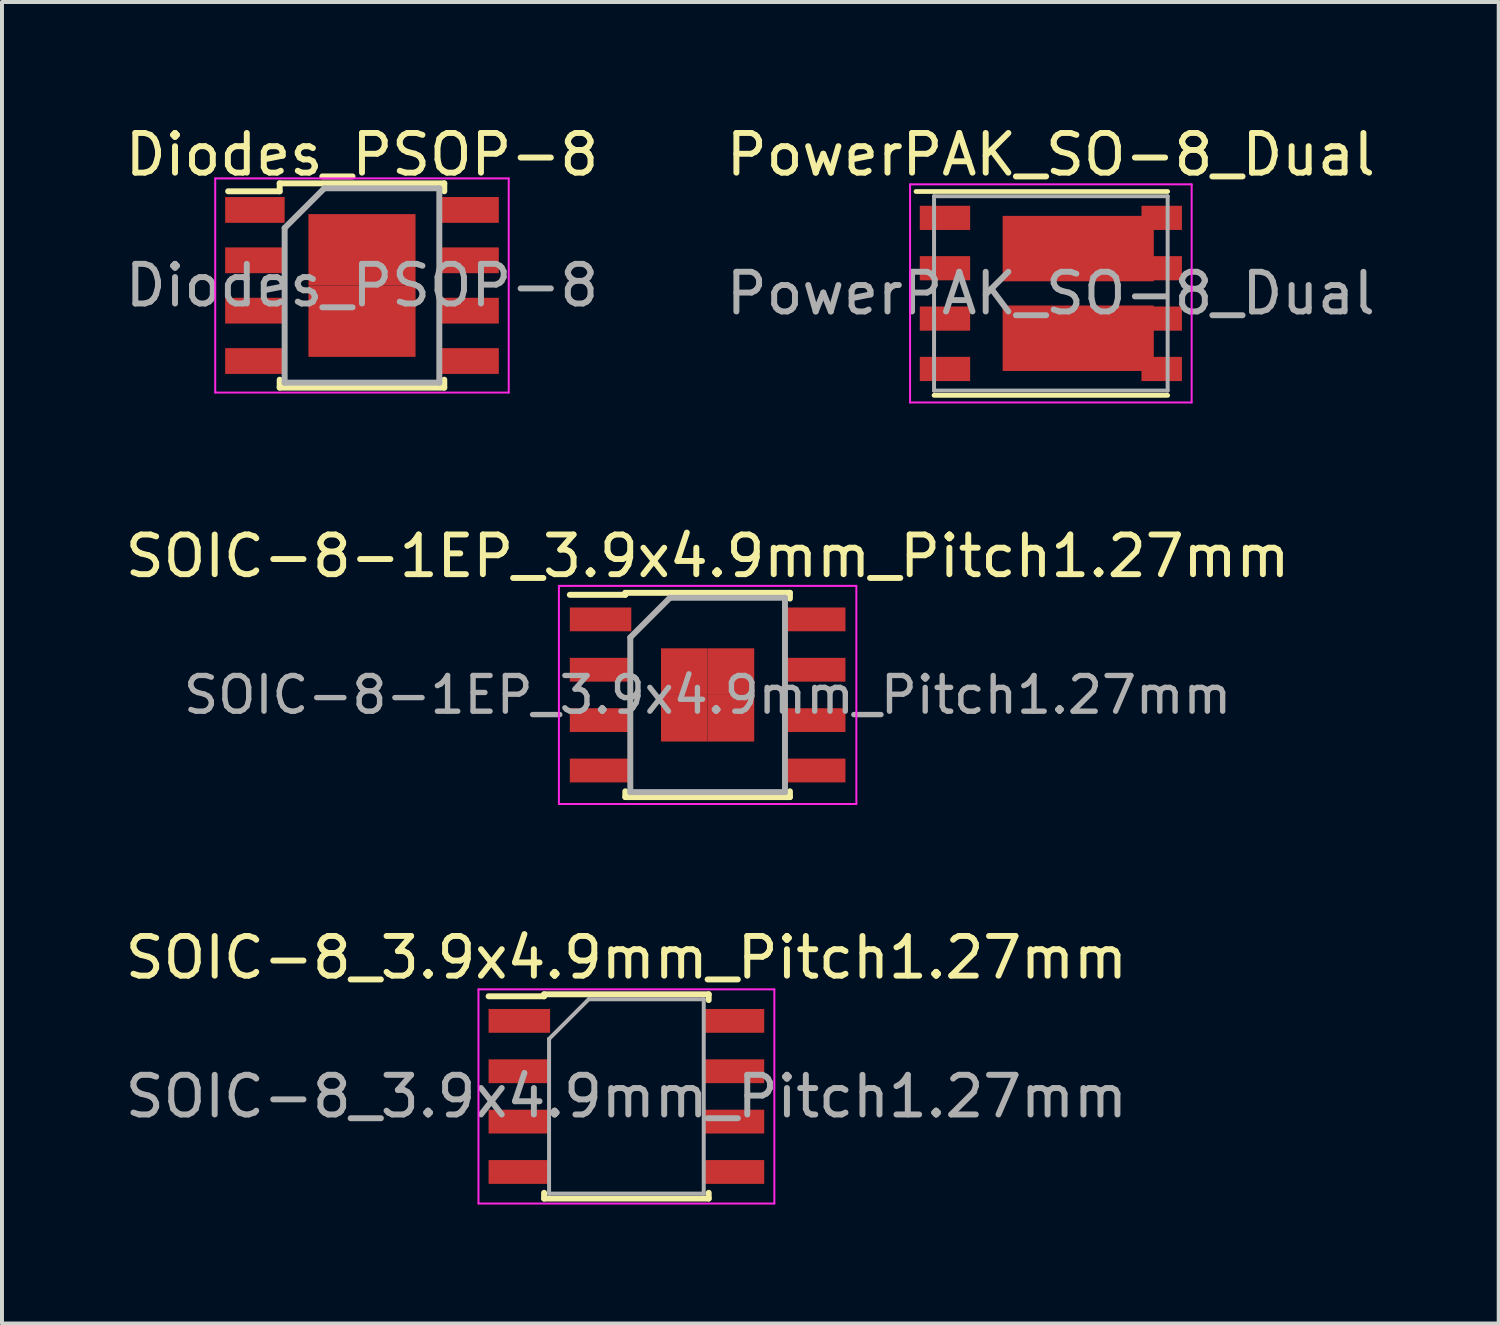
<source format=kicad_pcb>
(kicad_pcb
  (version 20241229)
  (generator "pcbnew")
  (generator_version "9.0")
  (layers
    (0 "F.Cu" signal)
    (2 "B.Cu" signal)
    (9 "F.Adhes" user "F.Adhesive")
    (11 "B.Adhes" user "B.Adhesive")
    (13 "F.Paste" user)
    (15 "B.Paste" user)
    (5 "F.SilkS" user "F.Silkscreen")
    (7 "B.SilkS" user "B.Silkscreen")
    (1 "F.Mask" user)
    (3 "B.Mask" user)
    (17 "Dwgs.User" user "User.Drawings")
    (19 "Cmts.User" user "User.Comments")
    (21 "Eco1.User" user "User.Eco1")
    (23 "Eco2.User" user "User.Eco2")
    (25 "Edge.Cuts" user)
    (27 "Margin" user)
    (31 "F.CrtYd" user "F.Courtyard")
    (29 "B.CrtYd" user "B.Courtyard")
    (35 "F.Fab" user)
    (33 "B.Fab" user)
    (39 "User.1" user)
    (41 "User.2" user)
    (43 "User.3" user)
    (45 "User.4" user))
  (footprint "PowerPAK_SO-8_Dual"
    (layer "F.Cu")
    (at 23.446 4.348)
    (property "Reference" "PowerPAK_SO-8_Dual" (at 0 -3.5 0) (layer "F.SilkS") (effects (font (size 1 1) (thickness 0.15))))
    (attr smd)
    (fp_line (start -3.4 -2.57) (end 2.945 -2.57) (stroke (width 0.12) (type solid)) (layer "F.SilkS"))
    (fp_line (start -2.945 2.57) (end 2.945 2.57) (stroke (width 0.12) (type solid)) (layer "F.SilkS"))
    (fp_line (start -3.55 -2.75) (end -3.55 2.75) (stroke (width 0.05) (type solid)) (layer "F.CrtYd"))
    (fp_line (start -3.55 -2.75) (end 3.55 -2.75) (stroke (width 0.05) (type solid)) (layer "F.CrtYd"))
    (fp_line (start -3.55 2.75) (end 3.55 2.75) (stroke (width 0.05) (type solid)) (layer "F.CrtYd"))
    (fp_line (start 3.55 -2.75) (end 3.55 2.75) (stroke (width 0.05) (type solid)) (layer "F.CrtYd"))
    (fp_line (start -2.945 -2.45) (end 2.945 -2.45) (stroke (width 0.1) (type solid)) (layer "F.Fab"))
    (fp_line (start -2.945 2.45) (end -2.945 -2.45) (stroke (width 0.1) (type solid)) (layer "F.Fab"))
    (fp_line (start 2.945 -2.45) (end 2.945 2.45) (stroke (width 0.1) (type solid)) (layer "F.Fab"))
    (fp_line (start 2.945 2.45) (end -2.945 2.45) (stroke (width 0.1) (type solid)) (layer "F.Fab"))
    (fp_text user "${REFERENCE}" (at 0 0 0) (layer "F.Fab") (effects (font (size 1 1) (thickness 0.15))))
    (pad "1" smd rect (at -2.67 -1.905) (size 1.27 0.61) (layers "F.Cu" "F.Mask" "F.Paste"))
    (pad "2" smd rect (at -2.67 -0.635) (size 1.27 0.61) (layers "F.Cu" "F.Mask" "F.Paste"))
    (pad "3" smd rect (at -2.67 0.635) (size 1.27 0.61) (layers "F.Cu" "F.Mask" "F.Paste"))
    (pad "4" smd rect (at -2.67 1.905) (size 1.27 0.61) (layers "F.Cu" "F.Mask" "F.Paste"))
    (pad "5" smd rect (at 0.69 -1.13) (size 3.81 1.65) (layers "F.Cu" "F.Mask" "F.Paste"))
    (pad "5" smd rect (at 2.795 -1.905) (size 1.02 0.61) (layers "F.Cu" "F.Mask" "F.Paste"))
    (pad "5" smd rect (at 2.795 -0.635) (size 1.02 0.61) (layers "F.Cu" "F.Mask" "F.Paste"))
    (pad "6" smd rect (at 0.69 1.13) (size 3.81 1.65) (layers "F.Cu" "F.Mask" "F.Paste"))
    (pad "6" smd rect (at 2.795 0.635) (size 1.02 0.61) (layers "F.Cu" "F.Mask" "F.Paste"))
    (pad "6" smd rect (at 2.795 1.905) (size 1.02 0.61) (layers "F.Cu" "F.Mask" "F.Paste")))
  (footprint "Diodes_PSOP-8"
    (layer "F.Cu")
    (at 6.077 4.148)
    (property "Reference" "Diodes_PSOP-8" (at 0 -3.3 0) (layer "F.SilkS") (effects (font (size 1 1) (thickness 0.15))))
    (attr smd)
    (fp_line (start -2.075 -2.575) (end -2.075 -2.375) (stroke (width 0.15) (type solid)) (layer "F.SilkS"))
    (fp_line (start -2.075 -2.575) (end 2.075 -2.575) (stroke (width 0.15) (type solid)) (layer "F.SilkS"))
    (fp_line (start -2.075 -2.375) (end -3.375 -2.375) (stroke (width 0.15) (type solid)) (layer "F.SilkS"))
    (fp_line (start -2.075 2.575) (end -2.075 2.375) (stroke (width 0.15) (type solid)) (layer "F.SilkS"))
    (fp_line (start -2.075 2.575) (end 2.075 2.575) (stroke (width 0.15) (type solid)) (layer "F.SilkS"))
    (fp_line (start 2.075 -2.575) (end 2.075 -2.375) (stroke (width 0.15) (type solid)) (layer "F.SilkS"))
    (fp_line (start 2.075 2.575) (end 2.075 2.375) (stroke (width 0.15) (type solid)) (layer "F.SilkS"))
    (fp_line (start -3.7 -2.7) (end -3.7 2.7) (stroke (width 0.05) (type solid)) (layer "F.CrtYd"))
    (fp_line (start -3.7 -2.7) (end 3.7 -2.7) (stroke (width 0.05) (type solid)) (layer "F.CrtYd"))
    (fp_line (start -3.7 2.7) (end 3.7 2.7) (stroke (width 0.05) (type solid)) (layer "F.CrtYd"))
    (fp_line (start 3.7 -2.7) (end 3.7 2.7) (stroke (width 0.05) (type solid)) (layer "F.CrtYd"))
    (fp_line (start -1.95 -1.45) (end -0.95 -2.45) (stroke (width 0.15) (type solid)) (layer "F.Fab"))
    (fp_line (start -1.95 2.45) (end -1.95 -1.45) (stroke (width 0.15) (type solid)) (layer "F.Fab"))
    (fp_line (start -0.95 -2.45) (end 1.95 -2.45) (stroke (width 0.15) (type solid)) (layer "F.Fab"))
    (fp_line (start 1.95 -2.45) (end 1.95 2.45) (stroke (width 0.15) (type solid)) (layer "F.Fab"))
    (fp_line (start 1.95 2.45) (end -1.95 2.45) (stroke (width 0.15) (type solid)) (layer "F.Fab"))
    (fp_text user "${REFERENCE}" (at 0 0 0) (layer "F.Fab") (effects (font (size 1 1) (thickness 0.15))))
    (pad "1" smd rect (at -2.7 -1.905) (size 1.5 0.65) (layers "F.Cu" "F.Mask" "F.Paste"))
    (pad "2" smd rect (at -2.7 -0.635) (size 1.5 0.65) (layers "F.Cu" "F.Mask" "F.Paste"))
    (pad "3" smd rect (at -2.7 0.635) (size 1.5 0.65) (layers "F.Cu" "F.Mask" "F.Paste"))
    (pad "4" smd rect (at -2.7 1.905) (size 1.5 0.65) (layers "F.Cu" "F.Mask" "F.Paste"))
    (pad "5" smd rect (at 2.7 1.905) (size 1.5 0.65) (layers "F.Cu" "F.Mask" "F.Paste"))
    (pad "6" smd rect (at 2.7 0.635) (size 1.5 0.65) (layers "F.Cu" "F.Mask" "F.Paste"))
    (pad "7" smd rect (at 2.7 -0.635) (size 1.5 0.65) (layers "F.Cu" "F.Mask" "F.Paste"))
    (pad "8" smd rect (at 2.7 -1.905) (size 1.5 0.65) (layers "F.Cu" "F.Mask" "F.Paste"))
    (pad "9" smd rect (at -0.675 -0.9) (size 1.35 1.8) (layers "F.Cu" "F.Mask" "F.Paste"))
    (pad "9" smd rect (at -0.675 0.9) (size 1.35 1.8) (layers "F.Cu" "F.Mask" "F.Paste"))
    (pad "9" smd rect (at 0.675 -0.9) (size 1.35 1.8) (layers "F.Cu" "F.Mask" "F.Paste"))
    (pad "9" smd rect (at 0.675 0.9) (size 1.35 1.8) (layers "F.Cu" "F.Mask" "F.Paste")))
  (footprint "SOIC-8_3.9x4.9mm_Pitch1.27mm"
    (layer "F.Cu")
    (at 12.744 24.595)
    (property "Reference" "SOIC-8_3.9x4.9mm_Pitch1.27mm" (at 0 -3.5 0) (layer "F.SilkS") (effects (font (size 1 1) (thickness 0.15))))
    (attr smd)
    (fp_line (start -2.075 -2.575) (end -2.075 -2.525) (stroke (width 0.15) (type solid)) (layer "F.SilkS"))
    (fp_line (start -2.075 -2.575) (end 2.075 -2.575) (stroke (width 0.15) (type solid)) (layer "F.SilkS"))
    (fp_line (start -2.075 -2.525) (end -3.475 -2.525) (stroke (width 0.15) (type solid)) (layer "F.SilkS"))
    (fp_line (start -2.075 2.575) (end -2.075 2.43) (stroke (width 0.15) (type solid)) (layer "F.SilkS"))
    (fp_line (start -2.075 2.575) (end 2.075 2.575) (stroke (width 0.15) (type solid)) (layer "F.SilkS"))
    (fp_line (start 2.075 -2.575) (end 2.075 -2.43) (stroke (width 0.15) (type solid)) (layer "F.SilkS"))
    (fp_line (start 2.075 2.575) (end 2.075 2.43) (stroke (width 0.15) (type solid)) (layer "F.SilkS"))
    (fp_line (start -3.73 -2.7) (end -3.73 2.7) (stroke (width 0.05) (type solid)) (layer "F.CrtYd"))
    (fp_line (start -3.73 -2.7) (end 3.73 -2.7) (stroke (width 0.05) (type solid)) (layer "F.CrtYd"))
    (fp_line (start -3.73 2.7) (end 3.73 2.7) (stroke (width 0.05) (type solid)) (layer "F.CrtYd"))
    (fp_line (start 3.73 -2.7) (end 3.73 2.7) (stroke (width 0.05) (type solid)) (layer "F.CrtYd"))
    (fp_line (start -1.95 -1.45) (end -0.95 -2.45) (stroke (width 0.1) (type solid)) (layer "F.Fab"))
    (fp_line (start -1.95 2.45) (end -1.95 -1.45) (stroke (width 0.1) (type solid)) (layer "F.Fab"))
    (fp_line (start -0.95 -2.45) (end 1.95 -2.45) (stroke (width 0.1) (type solid)) (layer "F.Fab"))
    (fp_line (start 1.95 -2.45) (end 1.95 2.45) (stroke (width 0.1) (type solid)) (layer "F.Fab"))
    (fp_line (start 1.95 2.45) (end -1.95 2.45) (stroke (width 0.1) (type solid)) (layer "F.Fab"))
    (fp_text user "${REFERENCE}" (at 0 0 0) (layer "F.Fab") (effects (font (size 1 1) (thickness 0.15))))
    (pad "1" smd rect (at -2.7 -1.905) (size 1.55 0.6) (layers "F.Cu" "F.Mask" "F.Paste"))
    (pad "2" smd rect (at -2.7 -0.635) (size 1.55 0.6) (layers "F.Cu" "F.Mask" "F.Paste"))
    (pad "3" smd rect (at -2.7 0.635) (size 1.55 0.6) (layers "F.Cu" "F.Mask" "F.Paste"))
    (pad "4" smd rect (at -2.7 1.905) (size 1.55 0.6) (layers "F.Cu" "F.Mask" "F.Paste"))
    (pad "5" smd rect (at 2.7 1.905) (size 1.55 0.6) (layers "F.Cu" "F.Mask" "F.Paste"))
    (pad "6" smd rect (at 2.7 0.635) (size 1.55 0.6) (layers "F.Cu" "F.Mask" "F.Paste"))
    (pad "7" smd rect (at 2.7 -0.635) (size 1.55 0.6) (layers "F.Cu" "F.Mask" "F.Paste"))
    (pad "8" smd rect (at 2.7 -1.905) (size 1.55 0.6) (layers "F.Cu" "F.Mask" "F.Paste")))
  (footprint "SOIC-8-1EP_3.9x4.9mm_Pitch1.27mm"
    (layer "F.Cu")
    (at 14.792 14.472)
    (property "Reference" "SOIC-8-1EP_3.9x4.9mm_Pitch1.27mm" (at 0 -3.5 0) (layer "F.SilkS") (effects (font (size 1 1) (thickness 0.15))))
    (attr smd)
    (fp_line (start -2.075 -2.575) (end -2.075 -2.525) (stroke (width 0.15) (type solid)) (layer "F.SilkS"))
    (fp_line (start -2.075 -2.575) (end 2.075 -2.575) (stroke (width 0.15) (type solid)) (layer "F.SilkS"))
    (fp_line (start -2.075 -2.525) (end -3.475 -2.525) (stroke (width 0.15) (type solid)) (layer "F.SilkS"))
    (fp_line (start -2.075 2.575) (end -2.075 2.43) (stroke (width 0.15) (type solid)) (layer "F.SilkS"))
    (fp_line (start -2.075 2.575) (end 2.075 2.575) (stroke (width 0.15) (type solid)) (layer "F.SilkS"))
    (fp_line (start 2.075 -2.575) (end 2.075 -2.43) (stroke (width 0.15) (type solid)) (layer "F.SilkS"))
    (fp_line (start 2.075 2.575) (end 2.075 2.43) (stroke (width 0.15) (type solid)) (layer "F.SilkS"))
    (fp_line (start -3.75 -2.75) (end -3.75 2.75) (stroke (width 0.05) (type solid)) (layer "F.CrtYd"))
    (fp_line (start -3.75 -2.75) (end 3.75 -2.75) (stroke (width 0.05) (type solid)) (layer "F.CrtYd"))
    (fp_line (start -3.75 2.75) (end 3.75 2.75) (stroke (width 0.05) (type solid)) (layer "F.CrtYd"))
    (fp_line (start 3.75 -2.75) (end 3.75 2.75) (stroke (width 0.05) (type solid)) (layer "F.CrtYd"))
    (fp_line (start -1.95 -1.45) (end -0.95 -2.45) (stroke (width 0.15) (type solid)) (layer "F.Fab"))
    (fp_line (start -1.95 2.45) (end -1.95 -1.45) (stroke (width 0.15) (type solid)) (layer "F.Fab"))
    (fp_line (start -0.95 -2.45) (end 1.95 -2.45) (stroke (width 0.15) (type solid)) (layer "F.Fab"))
    (fp_line (start 1.95 -2.45) (end 1.95 2.45) (stroke (width 0.15) (type solid)) (layer "F.Fab"))
    (fp_line (start 1.95 2.45) (end -1.95 2.45) (stroke (width 0.15) (type solid)) (layer "F.Fab"))
    (fp_text user "${REFERENCE}" (at 0 0 0) (layer "F.Fab") (effects (font (size 0.9 0.9) (thickness 0.135))))
    (pad "1" smd rect (at -2.7 -1.905) (size 1.55 0.6) (layers "F.Cu" "F.Mask" "F.Paste"))
    (pad "2" smd rect (at -2.7 -0.635) (size 1.55 0.6) (layers "F.Cu" "F.Mask" "F.Paste"))
    (pad "3" smd rect (at -2.7 0.635) (size 1.55 0.6) (layers "F.Cu" "F.Mask" "F.Paste"))
    (pad "4" smd rect (at -2.7 1.905) (size 1.55 0.6) (layers "F.Cu" "F.Mask" "F.Paste"))
    (pad "5" smd rect (at 2.7 1.905) (size 1.55 0.6) (layers "F.Cu" "F.Mask" "F.Paste"))
    (pad "6" smd rect (at 2.7 0.635) (size 1.55 0.6) (layers "F.Cu" "F.Mask" "F.Paste"))
    (pad "7" smd rect (at 2.7 -0.635) (size 1.55 0.6) (layers "F.Cu" "F.Mask" "F.Paste"))
    (pad "8" smd rect (at 2.7 -1.905) (size 1.55 0.6) (layers "F.Cu" "F.Mask" "F.Paste"))
    (pad "9" smd rect (at -0.588 -0.588) (size 1.175 1.175) (layers "F.Cu" "F.Mask" "F.Paste"))
    (pad "9" smd rect (at -0.588 0.588) (size 1.175 1.175) (layers "F.Cu" "F.Mask" "F.Paste"))
    (pad "9" smd rect (at 0.588 -0.588) (size 1.175 1.175) (layers "F.Cu" "F.Mask" "F.Paste"))
    (pad "9" smd rect (at 0.588 0.588) (size 1.175 1.175) (layers "F.Cu" "F.Mask" "F.Paste")))
  (gr_rect
    (start -3 -3)
    (end 34.738 30.32)
    (stroke (width 0.1) (type default))
    (fill no)
    (layer "Edge.Cuts")))
</source>
